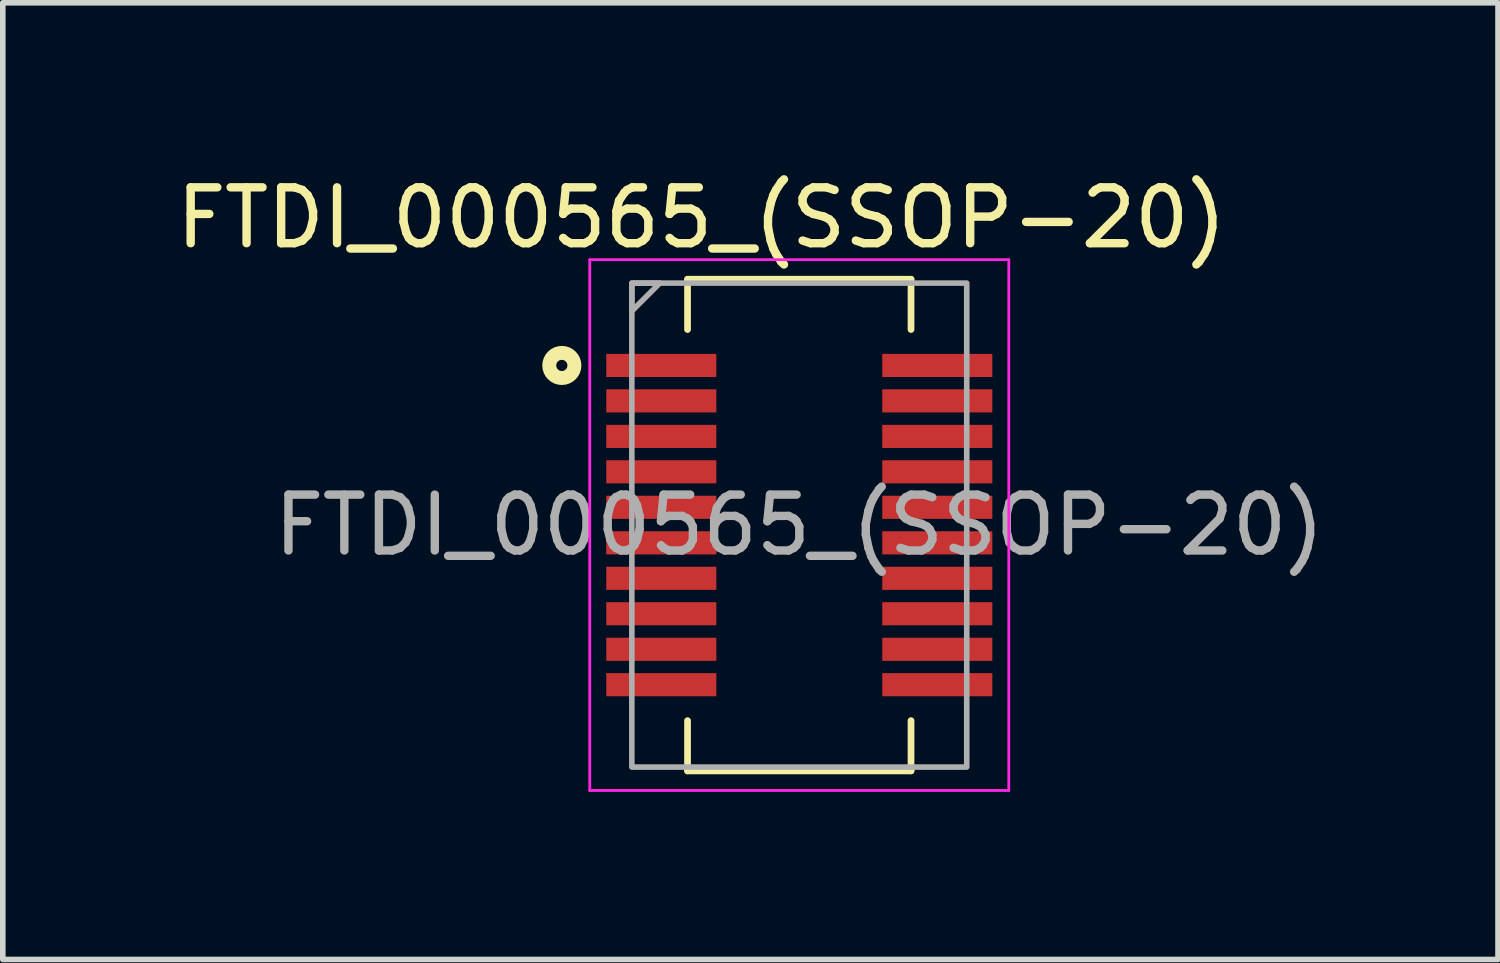
<source format=kicad_pcb>
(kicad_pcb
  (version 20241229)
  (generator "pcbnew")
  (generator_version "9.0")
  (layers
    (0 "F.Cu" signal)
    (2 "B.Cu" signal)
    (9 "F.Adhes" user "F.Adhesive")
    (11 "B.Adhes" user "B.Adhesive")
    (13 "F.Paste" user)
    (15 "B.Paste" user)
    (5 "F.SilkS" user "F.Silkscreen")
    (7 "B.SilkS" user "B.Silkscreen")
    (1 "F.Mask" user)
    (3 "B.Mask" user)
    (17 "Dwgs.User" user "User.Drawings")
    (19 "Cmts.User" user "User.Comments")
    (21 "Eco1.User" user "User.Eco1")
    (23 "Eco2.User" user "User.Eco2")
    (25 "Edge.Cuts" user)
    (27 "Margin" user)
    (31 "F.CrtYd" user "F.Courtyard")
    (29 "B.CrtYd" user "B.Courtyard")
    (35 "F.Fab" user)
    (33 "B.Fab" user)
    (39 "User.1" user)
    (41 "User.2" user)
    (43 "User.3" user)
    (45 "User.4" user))
  (footprint "FTDI_000565_(SSOP-20)"
    (layer "F.Cu")
    (at 11.256 6.348)
    (property "Reference" "FTDI_000565_(SSOP-20)" (at -1.75 -5.5 0) (unlocked yes) (layer "F.SilkS") (effects (font (size 1 1) (thickness 0.15))))
    (attr smd)
    (fp_line (start -2 -4.4) (end -2 -3.5) (stroke (width 0.12) (type solid)) (layer "F.SilkS"))
    (fp_line (start -2 -4.4) (end 2 -4.4) (stroke (width 0.12) (type solid)) (layer "F.SilkS"))
    (fp_line (start -2 4.4) (end -2 3.5) (stroke (width 0.12) (type solid)) (layer "F.SilkS"))
    (fp_line (start -2 4.4) (end 2 4.4) (stroke (width 0.12) (type solid)) (layer "F.SilkS"))
    (fp_line (start 2 -4.4) (end 2 -3.5) (stroke (width 0.12) (type solid)) (layer "F.SilkS"))
    (fp_line (start 2 3.5) (end 2 4.4) (stroke (width 0.12) (type solid)) (layer "F.SilkS"))
    (fp_circle (center -4.25 -2.857) (end -4.15 -2.857) (stroke (width 0.25) (type solid)) (fill no) (layer "F.SilkS"))
    (fp_line (start -3.75 -4.75) (end 3.75 -4.75) (stroke (width 0.05) (type solid)) (layer "F.CrtYd"))
    (fp_line (start -3.75 4.75) (end -3.75 -4.75) (stroke (width 0.05) (type solid)) (layer "F.CrtYd"))
    (fp_line (start 3.75 -4.75) (end 3.75 4.75) (stroke (width 0.05) (type solid)) (layer "F.CrtYd"))
    (fp_line (start 3.75 4.75) (end -3.75 4.75) (stroke (width 0.05) (type solid)) (layer "F.CrtYd"))
    (fp_rect (start 2.997 -4.331) (end -2.997 4.331) (stroke (width 0.1) (type solid)) (fill no) (layer "F.Fab"))
    (fp_poly (pts (xy -2.997 -3.831) (xy -2.997 -4.331) (xy -2.497 -4.331)) (stroke (width 0.1) (type solid)) (fill no) (layer "F.Fab"))
    (fp_text user "${REFERENCE}" (at 0 0 0) (unlocked yes) (layer "F.Fab") (effects (font (size 1 1) (thickness 0.15))))
    (pad "1" smd rect (at -2.47 -2.857) (size 1.97 0.414) (layers "F.Cu" "F.Mask" "F.Paste"))
    (pad "2" smd rect (at -2.47 -2.223) (size 1.97 0.414) (layers "F.Cu" "F.Mask" "F.Paste"))
    (pad "3" smd rect (at -2.47 -1.587) (size 1.97 0.414) (layers "F.Cu" "F.Mask" "F.Paste"))
    (pad "4" smd rect (at -2.47 -0.953) (size 1.97 0.414) (layers "F.Cu" "F.Mask" "F.Paste"))
    (pad "5" smd rect (at -2.47 -0.318) (size 1.97 0.414) (layers "F.Cu" "F.Mask" "F.Paste"))
    (pad "6" smd rect (at -2.47 0.318) (size 1.97 0.414) (layers "F.Cu" "F.Mask" "F.Paste"))
    (pad "7" smd rect (at -2.47 0.953) (size 1.97 0.414) (layers "F.Cu" "F.Mask" "F.Paste"))
    (pad "8" smd rect (at -2.47 1.587) (size 1.97 0.414) (layers "F.Cu" "F.Mask" "F.Paste"))
    (pad "9" smd rect (at -2.47 2.223) (size 1.97 0.414) (layers "F.Cu" "F.Mask" "F.Paste"))
    (pad "10" smd rect (at -2.47 2.857) (size 1.97 0.414) (layers "F.Cu" "F.Mask" "F.Paste"))
    (pad "11" smd rect (at 2.47 2.857) (size 1.97 0.414) (layers "F.Cu" "F.Mask" "F.Paste"))
    (pad "12" smd rect (at 2.47 2.223) (size 1.97 0.414) (layers "F.Cu" "F.Mask" "F.Paste"))
    (pad "13" smd rect (at 2.47 1.587) (size 1.97 0.414) (layers "F.Cu" "F.Mask" "F.Paste"))
    (pad "14" smd rect (at 2.47 0.953) (size 1.97 0.414) (layers "F.Cu" "F.Mask" "F.Paste"))
    (pad "15" smd rect (at 2.47 0.318) (size 1.97 0.414) (layers "F.Cu" "F.Mask" "F.Paste"))
    (pad "16" smd rect (at 2.47 -0.318) (size 1.97 0.414) (layers "F.Cu" "F.Mask" "F.Paste"))
    (pad "17" smd rect (at 2.47 -0.953) (size 1.97 0.414) (layers "F.Cu" "F.Mask" "F.Paste"))
    (pad "18" smd rect (at 2.47 -1.587) (size 1.97 0.414) (layers "F.Cu" "F.Mask" "F.Paste"))
    (pad "19" smd rect (at 2.47 -2.223) (size 1.97 0.414) (layers "F.Cu" "F.Mask" "F.Paste"))
    (pad "20" smd rect (at 2.47 -2.857) (size 1.97 0.414) (layers "F.Cu" "F.Mask" "F.Paste")))
  (gr_rect
    (start -3 -3)
    (end 23.762 14.123)
    (stroke (width 0.1) (type default))
    (fill no)
    (layer "Edge.Cuts")))
</source>
